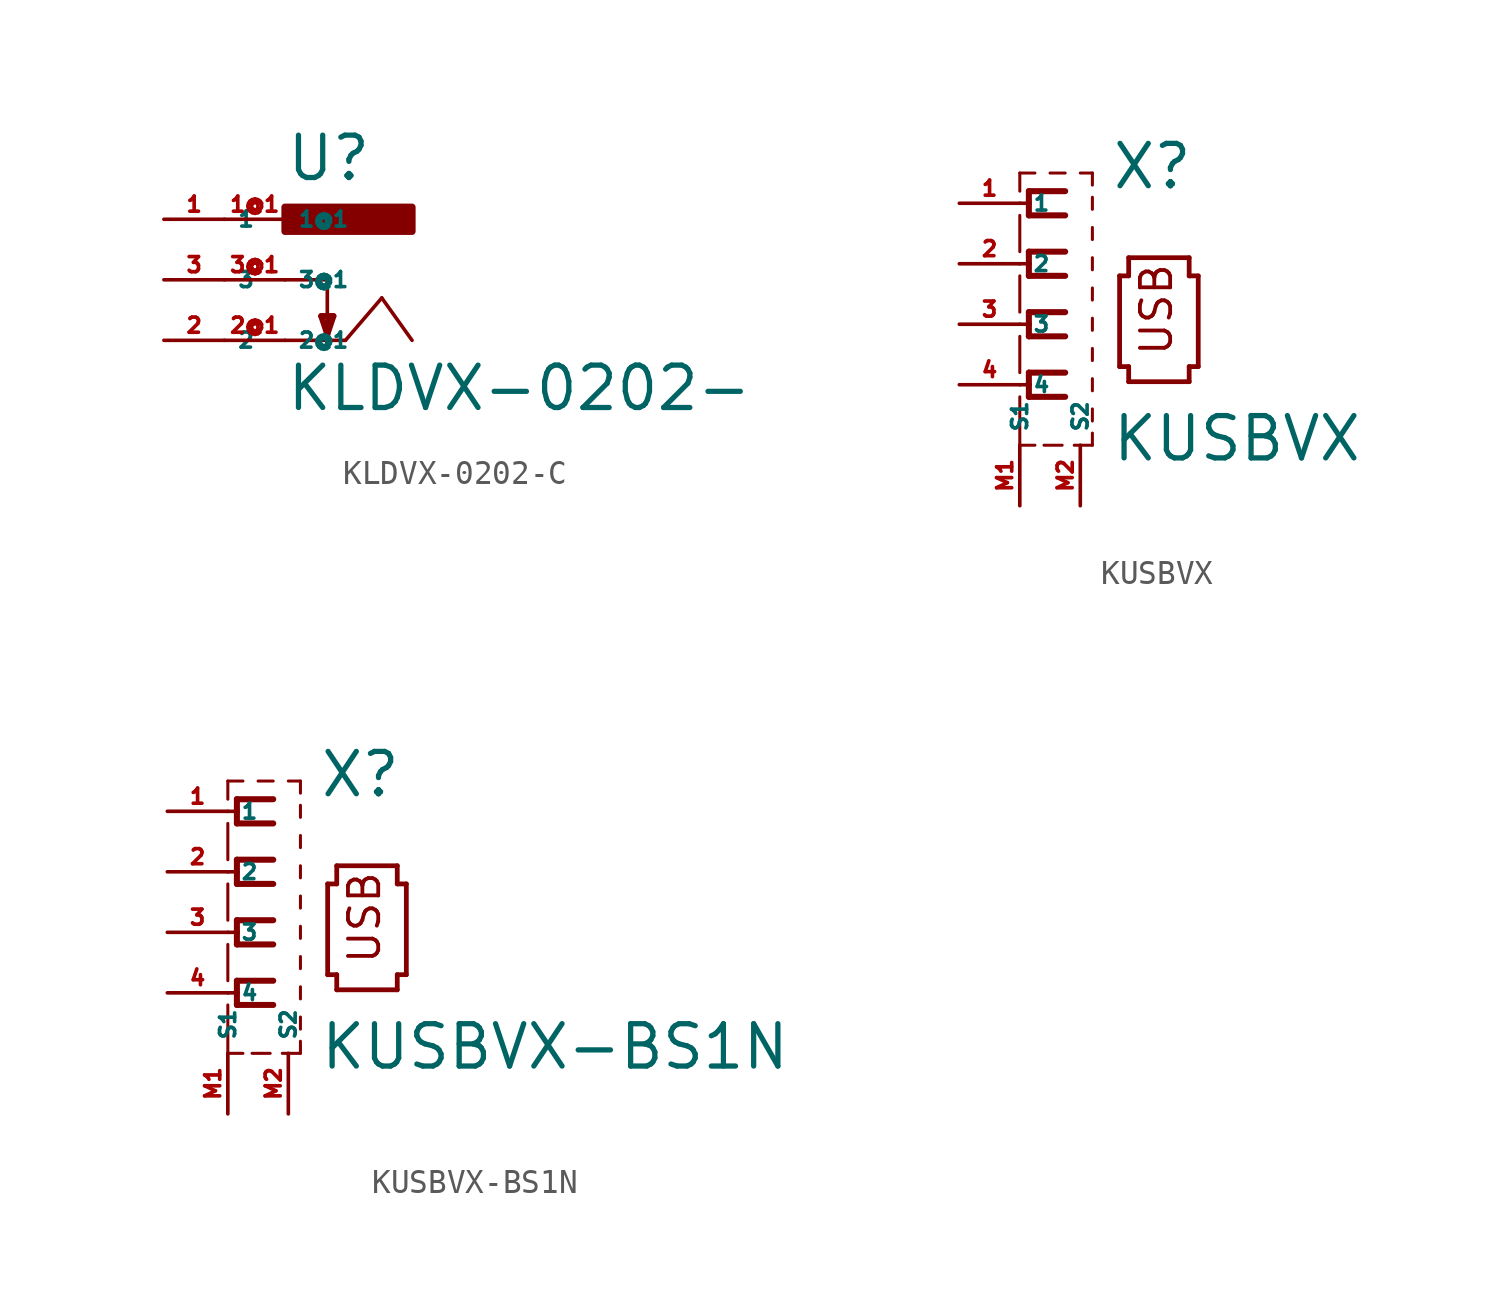
<source format=kicad_sym>
(kicad_symbol_lib
  (version 20220914)
  (generator Eagle2Kicad)
  (symbol "KLDVX-0202-C"
    (property "Reference" "U"
      (at -2.54 4.064 0)
      (effects (font (size 1.778 1.778) (thickness 0.22)) (justify left bottom)))
    (property "Value" "KLDVX-0202-"
      (at -2.54 -5.588 0)
      (effects (font (size 1.778 1.778) (thickness 0.22)) (justify left bottom)))
    (polyline
      (pts (xy -2.54 -2.54) (xy 0 -2.54))
      (stroke (width 0.152) (type default))
      (fill (type none)))
    (polyline
      (pts (xy 0 -2.54) (xy 1.524 -0.762))
      (stroke (width 0.152) (type default))
      (fill (type none)))
    (polyline
      (pts (xy 1.524 -0.762) (xy 2.794 -2.54))
      (stroke (width 0.152) (type default))
      (fill (type none)))
    (polyline
      (pts (xy -2.54 0) (xy -0.762 0))
      (stroke (width 0.152) (type default))
      (fill (type none)))
    (polyline
      (pts (xy -0.762 0) (xy -0.762 -2.286))
      (stroke (width 0.152) (type default))
      (fill (type none)))
    (polyline
      (pts (xy -0.762 -2.286) (xy -0.508 -1.524))
      (stroke (width 0.254) (type default))
      (fill (type none)))
    (polyline
      (pts (xy -0.508 -1.524) (xy -1.016 -1.524))
      (stroke (width 0.254) (type default))
      (fill (type none)))
    (polyline
      (pts (xy -1.016 -1.524) (xy -0.762 -2.286))
      (stroke (width 0.254) (type default))
      (fill (type none)))
    (rectangle
      (start -2.54 2.032)
      (end 2.794 3.048)
      (stroke (width 0.3) (type default))
      (fill (type outline)))
    (pin passive line
      (at -7.62 2.54 0)
      (length 2.54)
      (name "1" (effects (font (size 0.635 0.635) (thickness 0.08)) (justify left bottom)))
      (number "1" (effects (font (size 0.635 0.635) (thickness 0.08)) (justify left bottom))))
    (pin passive line
      (at -7.62 -2.54 0)
      (length 2.54)
      (name "2" (effects (font (size 0.635 0.635) (thickness 0.08)) (justify left bottom)))
      (number "2" (effects (font (size 0.635 0.635) (thickness 0.08)) (justify left bottom))))
    (pin passive line
      (at -7.62 0 0)
      (length 2.54)
      (name "3" (effects (font (size 0.635 0.635) (thickness 0.08)) (justify left bottom)))
      (number "3" (effects (font (size 0.635 0.635) (thickness 0.08)) (justify left bottom))))
    (pin passive line
      (at -5.08 2.54 0)
      (length 2.54)
      (name "1@1" (effects (font (size 0.635 0.635) (thickness 0.08)) (justify left bottom)))
      (number "1@1" (effects (font (size 0.635 0.635) (thickness 0.08)) (justify left bottom))))
    (pin passive line
      (at -5.08 0 0)
      (length 2.54)
      (name "3@1" (effects (font (size 0.635 0.635) (thickness 0.08)) (justify left bottom)))
      (number "3@1" (effects (font (size 0.635 0.635) (thickness 0.08)) (justify left bottom))))
    (pin passive line
      (at -5.08 -2.54 0)
      (length 2.54)
      (name "2@1" (effects (font (size 0.635 0.635) (thickness 0.08)) (justify left bottom)))
      (number "2@1" (effects (font (size 0.635 0.635) (thickness 0.08)) (justify left bottom)))))
  (symbol "KUSBVX"
    (property "Reference" "X"
      (at 1.27 5.588 0)
      (effects (font (size 1.778 1.778) (thickness 0.22)) (justify left bottom)))
    (property "Value" "KUSBVX"
      (at 1.27 -5.842 0)
      (effects (font (size 1.778 1.778) (thickness 0.22)) (justify left bottom)))
    (polyline
      (pts (xy -0.635 5.588) (xy -2.159 5.588))
      (stroke (width 0.254) (type default))
      (fill (type none)))
    (polyline
      (pts (xy -2.159 5.588) (xy -2.159 5.08))
      (stroke (width 0.254) (type default))
      (fill (type none)))
    (polyline
      (pts (xy -2.159 5.08) (xy -2.159 4.572))
      (stroke (width 0.254) (type default))
      (fill (type none)))
    (polyline
      (pts (xy -2.159 4.572) (xy -0.635 4.572))
      (stroke (width 0.254) (type default))
      (fill (type none)))
    (polyline
      (pts (xy -0.635 3.048) (xy -2.159 3.048))
      (stroke (width 0.254) (type default))
      (fill (type none)))
    (polyline
      (pts (xy -2.159 3.048) (xy -2.159 2.54))
      (stroke (width 0.254) (type default))
      (fill (type none)))
    (polyline
      (pts (xy -2.159 2.54) (xy -2.159 2.032))
      (stroke (width 0.254) (type default))
      (fill (type none)))
    (polyline
      (pts (xy -2.159 2.032) (xy -0.635 2.032))
      (stroke (width 0.254) (type default))
      (fill (type none)))
    (polyline
      (pts (xy -0.635 0.508) (xy -2.159 0.508))
      (stroke (width 0.254) (type default))
      (fill (type none)))
    (polyline
      (pts (xy -2.159 0.508) (xy -2.159 0))
      (stroke (width 0.254) (type default))
      (fill (type none)))
    (polyline
      (pts (xy -2.159 0) (xy -2.159 -0.508))
      (stroke (width 0.254) (type default))
      (fill (type none)))
    (polyline
      (pts (xy -2.159 -0.508) (xy -0.635 -0.508))
      (stroke (width 0.254) (type default))
      (fill (type none)))
    (polyline
      (pts (xy -0.635 -2.032) (xy -2.159 -2.032))
      (stroke (width 0.254) (type default))
      (fill (type none)))
    (polyline
      (pts (xy -2.159 -2.032) (xy -2.159 -2.54))
      (stroke (width 0.254) (type default))
      (fill (type none)))
    (polyline
      (pts (xy -2.159 -2.54) (xy -2.159 -3.048))
      (stroke (width 0.254) (type default))
      (fill (type none)))
    (polyline
      (pts (xy -2.159 -3.048) (xy -0.635 -3.048))
      (stroke (width 0.254) (type default))
      (fill (type none)))
    (polyline
      (pts (xy -2.54 -5.08) (xy -1.905 -5.08))
      (stroke (width 0.127) (type default))
      (fill (type none)))
    (polyline
      (pts (xy -1.524 -5.08) (xy -0.762 -5.08))
      (stroke (width 0.127) (type default))
      (fill (type none)))
    (polyline
      (pts (xy -0.254 -5.08) (xy 0.508 -5.08))
      (stroke (width 0.127) (type default))
      (fill (type none)))
    (polyline
      (pts (xy 0.508 -5.08) (xy 0.508 -4.572))
      (stroke (width 0.127) (type default))
      (fill (type none)))
    (polyline
      (pts (xy 0.508 4.826) (xy 0.508 5.334))
      (stroke (width 0.127) (type default))
      (fill (type none)))
    (polyline
      (pts (xy 0.508 5.842) (xy 0.508 6.35))
      (stroke (width 0.127) (type default))
      (fill (type none)))
    (polyline
      (pts (xy 0.508 6.35) (xy 0 6.35))
      (stroke (width 0.127) (type default))
      (fill (type none)))
    (polyline
      (pts (xy -0.635 6.35) (xy -1.27 6.35))
      (stroke (width 0.127) (type default))
      (fill (type none)))
    (polyline
      (pts (xy -1.905 6.35) (xy -2.54 6.35))
      (stroke (width 0.127) (type default))
      (fill (type none)))
    (polyline
      (pts (xy -2.54 6.35) (xy -2.54 5.588))
      (stroke (width 0.127) (type default))
      (fill (type none)))
    (polyline
      (pts (xy -2.54 4.572) (xy -2.54 3.048))
      (stroke (width 0.127) (type default))
      (fill (type none)))
    (polyline
      (pts (xy -2.54 2.032) (xy -2.54 0.508))
      (stroke (width 0.127) (type default))
      (fill (type none)))
    (polyline
      (pts (xy -2.54 -0.508) (xy -2.54 -2.032))
      (stroke (width 0.127) (type default))
      (fill (type none)))
    (polyline
      (pts (xy -2.54 -3.048) (xy -2.54 -5.08))
      (stroke (width 0.127) (type default))
      (fill (type none)))
    (polyline
      (pts (xy 2.032 -2.413) (xy 4.572 -2.413))
      (stroke (width 0.2) (type default))
      (fill (type none)))
    (polyline
      (pts (xy 4.572 -2.413) (xy 4.572 -1.778))
      (stroke (width 0.2) (type default))
      (fill (type none)))
    (polyline
      (pts (xy 4.572 -1.778) (xy 4.953 -1.778))
      (stroke (width 0.2) (type default))
      (fill (type none)))
    (polyline
      (pts (xy 4.953 -1.778) (xy 4.953 2.032))
      (stroke (width 0.2) (type default))
      (fill (type none)))
    (polyline
      (pts (xy 4.953 2.032) (xy 4.572 2.032))
      (stroke (width 0.2) (type default))
      (fill (type none)))
    (polyline
      (pts (xy 4.572 2.032) (xy 4.572 2.794))
      (stroke (width 0.2) (type default))
      (fill (type none)))
    (polyline
      (pts (xy 4.572 2.794) (xy 2.032 2.794))
      (stroke (width 0.2) (type default))
      (fill (type none)))
    (polyline
      (pts (xy 0.508 3.556) (xy 0.508 4.064))
      (stroke (width 0.127) (type default))
      (fill (type none)))
    (polyline
      (pts (xy 0.508 2.286) (xy 0.508 2.794))
      (stroke (width 0.127) (type default))
      (fill (type none)))
    (polyline
      (pts (xy 0.508 1.016) (xy 0.508 1.524))
      (stroke (width 0.127) (type default))
      (fill (type none)))
    (polyline
      (pts (xy 0.508 -0.254) (xy 0.508 0.254))
      (stroke (width 0.127) (type default))
      (fill (type none)))
    (polyline
      (pts (xy 0.508 -1.524) (xy 0.508 -1.016))
      (stroke (width 0.127) (type default))
      (fill (type none)))
    (polyline
      (pts (xy 0.508 -2.794) (xy 0.508 -2.286))
      (stroke (width 0.127) (type default))
      (fill (type none)))
    (polyline
      (pts (xy 0.508 -4.064) (xy 0.508 -3.556))
      (stroke (width 0.127) (type default))
      (fill (type none)))
    (polyline
      (pts (xy 2.032 2.794) (xy 2.032 2.032))
      (stroke (width 0.2) (type default))
      (fill (type none)))
    (polyline
      (pts (xy 2.032 2.032) (xy 1.651 2.032))
      (stroke (width 0.2) (type default))
      (fill (type none)))
    (polyline
      (pts (xy 1.651 2.032) (xy 1.651 -1.778))
      (stroke (width 0.2) (type default))
      (fill (type none)))
    (polyline
      (pts (xy 1.651 -1.778) (xy 2.032 -1.778))
      (stroke (width 0.2) (type default))
      (fill (type none)))
    (polyline
      (pts (xy 2.032 -1.778) (xy 2.032 -2.413))
      (stroke (width 0.2) (type default))
      (fill (type none)))
    (polyline
      (pts (xy -2.54 -2.54) (xy -2.159 -2.54))
      (stroke (width 0.152) (type default))
      (fill (type none)))
    (polyline
      (pts (xy -2.54 0) (xy -2.159 0))
      (stroke (width 0.152) (type default))
      (fill (type none)))
    (polyline
      (pts (xy -2.54 2.54) (xy -2.159 2.54))
      (stroke (width 0.152) (type default))
      (fill (type none)))
    (polyline
      (pts (xy -2.54 5.08) (xy -2.159 5.08))
      (stroke (width 0.152) (type default))
      (fill (type none)))
    (text "USB"
      (at 3.937 -1.397 900)
      (effects (font (size 1.27 1.27) (thickness 0.16)) (justify left bottom)))
    (pin passive line
      (at -5.08 5.08 0)
      (length 2.54)
      (name "1" (effects (font (size 0.635 0.635) (thickness 0.08)) (justify left bottom)))
      (number "1" (effects (font (size 0.635 0.635) (thickness 0.08)) (justify left bottom))))
    (pin passive line
      (at -5.08 2.54 0)
      (length 2.54)
      (name "2" (effects (font (size 0.635 0.635) (thickness 0.08)) (justify left bottom)))
      (number "2" (effects (font (size 0.635 0.635) (thickness 0.08)) (justify left bottom))))
    (pin passive line
      (at -5.08 0 0)
      (length 2.54)
      (name "3" (effects (font (size 0.635 0.635) (thickness 0.08)) (justify left bottom)))
      (number "3" (effects (font (size 0.635 0.635) (thickness 0.08)) (justify left bottom))))
    (pin passive line
      (at -5.08 -2.54 0)
      (length 2.54)
      (name "4" (effects (font (size 0.635 0.635) (thickness 0.08)) (justify left bottom)))
      (number "4" (effects (font (size 0.635 0.635) (thickness 0.08)) (justify left bottom))))
    (pin passive line
      (at 0 -7.62 90)
      (length 2.54)
      (name "S2" (effects (font (size 0.635 0.635) (thickness 0.08)) (justify left bottom)))
      (number "M2" (effects (font (size 0.635 0.635) (thickness 0.08)) (justify left bottom))))
    (pin passive line
      (at -2.54 -7.62 90)
      (length 2.54)
      (name "S1" (effects (font (size 0.635 0.635) (thickness 0.08)) (justify left bottom)))
      (number "M1" (effects (font (size 0.635 0.635) (thickness 0.08)) (justify left bottom)))))
  (symbol "KUSBVX-BS1N"
    (property "Reference" "X"
      (at 1.27 5.588 0)
      (effects (font (size 1.778 1.778) (thickness 0.22)) (justify left bottom)))
    (property "Value" "KUSBVX-BS1N"
      (at 1.27 -5.842 0)
      (effects (font (size 1.778 1.778) (thickness 0.22)) (justify left bottom)))
    (polyline
      (pts (xy -0.635 5.588) (xy -2.159 5.588))
      (stroke (width 0.254) (type default))
      (fill (type none)))
    (polyline
      (pts (xy -2.159 5.588) (xy -2.159 5.08))
      (stroke (width 0.254) (type default))
      (fill (type none)))
    (polyline
      (pts (xy -2.159 5.08) (xy -2.159 4.572))
      (stroke (width 0.254) (type default))
      (fill (type none)))
    (polyline
      (pts (xy -2.159 4.572) (xy -0.635 4.572))
      (stroke (width 0.254) (type default))
      (fill (type none)))
    (polyline
      (pts (xy -0.635 3.048) (xy -2.159 3.048))
      (stroke (width 0.254) (type default))
      (fill (type none)))
    (polyline
      (pts (xy -2.159 3.048) (xy -2.159 2.54))
      (stroke (width 0.254) (type default))
      (fill (type none)))
    (polyline
      (pts (xy -2.159 2.54) (xy -2.159 2.032))
      (stroke (width 0.254) (type default))
      (fill (type none)))
    (polyline
      (pts (xy -2.159 2.032) (xy -0.635 2.032))
      (stroke (width 0.254) (type default))
      (fill (type none)))
    (polyline
      (pts (xy -0.635 0.508) (xy -2.159 0.508))
      (stroke (width 0.254) (type default))
      (fill (type none)))
    (polyline
      (pts (xy -2.159 0.508) (xy -2.159 0))
      (stroke (width 0.254) (type default))
      (fill (type none)))
    (polyline
      (pts (xy -2.159 0) (xy -2.159 -0.508))
      (stroke (width 0.254) (type default))
      (fill (type none)))
    (polyline
      (pts (xy -2.159 -0.508) (xy -0.635 -0.508))
      (stroke (width 0.254) (type default))
      (fill (type none)))
    (polyline
      (pts (xy -0.635 -2.032) (xy -2.159 -2.032))
      (stroke (width 0.254) (type default))
      (fill (type none)))
    (polyline
      (pts (xy -2.159 -2.032) (xy -2.159 -2.54))
      (stroke (width 0.254) (type default))
      (fill (type none)))
    (polyline
      (pts (xy -2.159 -2.54) (xy -2.159 -3.048))
      (stroke (width 0.254) (type default))
      (fill (type none)))
    (polyline
      (pts (xy -2.159 -3.048) (xy -0.635 -3.048))
      (stroke (width 0.254) (type default))
      (fill (type none)))
    (polyline
      (pts (xy -2.54 -5.08) (xy -1.905 -5.08))
      (stroke (width 0.127) (type default))
      (fill (type none)))
    (polyline
      (pts (xy -1.524 -5.08) (xy -0.762 -5.08))
      (stroke (width 0.127) (type default))
      (fill (type none)))
    (polyline
      (pts (xy -0.254 -5.08) (xy 0.508 -5.08))
      (stroke (width 0.127) (type default))
      (fill (type none)))
    (polyline
      (pts (xy 0.508 -5.08) (xy 0.508 -4.572))
      (stroke (width 0.127) (type default))
      (fill (type none)))
    (polyline
      (pts (xy 0.508 4.826) (xy 0.508 5.334))
      (stroke (width 0.127) (type default))
      (fill (type none)))
    (polyline
      (pts (xy 0.508 5.842) (xy 0.508 6.35))
      (stroke (width 0.127) (type default))
      (fill (type none)))
    (polyline
      (pts (xy 0.508 6.35) (xy 0 6.35))
      (stroke (width 0.127) (type default))
      (fill (type none)))
    (polyline
      (pts (xy -0.635 6.35) (xy -1.27 6.35))
      (stroke (width 0.127) (type default))
      (fill (type none)))
    (polyline
      (pts (xy -1.905 6.35) (xy -2.54 6.35))
      (stroke (width 0.127) (type default))
      (fill (type none)))
    (polyline
      (pts (xy -2.54 6.35) (xy -2.54 5.588))
      (stroke (width 0.127) (type default))
      (fill (type none)))
    (polyline
      (pts (xy -2.54 4.572) (xy -2.54 3.048))
      (stroke (width 0.127) (type default))
      (fill (type none)))
    (polyline
      (pts (xy -2.54 2.032) (xy -2.54 0.508))
      (stroke (width 0.127) (type default))
      (fill (type none)))
    (polyline
      (pts (xy -2.54 -0.508) (xy -2.54 -2.032))
      (stroke (width 0.127) (type default))
      (fill (type none)))
    (polyline
      (pts (xy -2.54 -3.048) (xy -2.54 -5.08))
      (stroke (width 0.127) (type default))
      (fill (type none)))
    (polyline
      (pts (xy 2.032 -2.413) (xy 4.572 -2.413))
      (stroke (width 0.2) (type default))
      (fill (type none)))
    (polyline
      (pts (xy 4.572 -2.413) (xy 4.572 -1.778))
      (stroke (width 0.2) (type default))
      (fill (type none)))
    (polyline
      (pts (xy 4.572 -1.778) (xy 4.953 -1.778))
      (stroke (width 0.2) (type default))
      (fill (type none)))
    (polyline
      (pts (xy 4.953 -1.778) (xy 4.953 2.032))
      (stroke (width 0.2) (type default))
      (fill (type none)))
    (polyline
      (pts (xy 4.953 2.032) (xy 4.572 2.032))
      (stroke (width 0.2) (type default))
      (fill (type none)))
    (polyline
      (pts (xy 4.572 2.032) (xy 4.572 2.794))
      (stroke (width 0.2) (type default))
      (fill (type none)))
    (polyline
      (pts (xy 4.572 2.794) (xy 2.032 2.794))
      (stroke (width 0.2) (type default))
      (fill (type none)))
    (polyline
      (pts (xy 0.508 3.556) (xy 0.508 4.064))
      (stroke (width 0.127) (type default))
      (fill (type none)))
    (polyline
      (pts (xy 0.508 2.286) (xy 0.508 2.794))
      (stroke (width 0.127) (type default))
      (fill (type none)))
    (polyline
      (pts (xy 0.508 1.016) (xy 0.508 1.524))
      (stroke (width 0.127) (type default))
      (fill (type none)))
    (polyline
      (pts (xy 0.508 -0.254) (xy 0.508 0.254))
      (stroke (width 0.127) (type default))
      (fill (type none)))
    (polyline
      (pts (xy 0.508 -1.524) (xy 0.508 -1.016))
      (stroke (width 0.127) (type default))
      (fill (type none)))
    (polyline
      (pts (xy 0.508 -2.794) (xy 0.508 -2.286))
      (stroke (width 0.127) (type default))
      (fill (type none)))
    (polyline
      (pts (xy 0.508 -4.064) (xy 0.508 -3.556))
      (stroke (width 0.127) (type default))
      (fill (type none)))
    (polyline
      (pts (xy 2.032 2.794) (xy 2.032 2.032))
      (stroke (width 0.2) (type default))
      (fill (type none)))
    (polyline
      (pts (xy 2.032 2.032) (xy 1.651 2.032))
      (stroke (width 0.2) (type default))
      (fill (type none)))
    (polyline
      (pts (xy 1.651 2.032) (xy 1.651 -1.778))
      (stroke (width 0.2) (type default))
      (fill (type none)))
    (polyline
      (pts (xy 1.651 -1.778) (xy 2.032 -1.778))
      (stroke (width 0.2) (type default))
      (fill (type none)))
    (polyline
      (pts (xy 2.032 -1.778) (xy 2.032 -2.413))
      (stroke (width 0.2) (type default))
      (fill (type none)))
    (polyline
      (pts (xy -2.54 -2.54) (xy -2.159 -2.54))
      (stroke (width 0.152) (type default))
      (fill (type none)))
    (polyline
      (pts (xy -2.54 0) (xy -2.159 0))
      (stroke (width 0.152) (type default))
      (fill (type none)))
    (polyline
      (pts (xy -2.54 2.54) (xy -2.159 2.54))
      (stroke (width 0.152) (type default))
      (fill (type none)))
    (polyline
      (pts (xy -2.54 5.08) (xy -2.159 5.08))
      (stroke (width 0.152) (type default))
      (fill (type none)))
    (text "USB"
      (at 3.937 -1.397 900)
      (effects (font (size 1.27 1.27) (thickness 0.16)) (justify left bottom)))
    (pin passive line
      (at -5.08 5.08 0)
      (length 2.54)
      (name "1" (effects (font (size 0.635 0.635) (thickness 0.08)) (justify left bottom)))
      (number "1" (effects (font (size 0.635 0.635) (thickness 0.08)) (justify left bottom))))
    (pin passive line
      (at -5.08 2.54 0)
      (length 2.54)
      (name "2" (effects (font (size 0.635 0.635) (thickness 0.08)) (justify left bottom)))
      (number "2" (effects (font (size 0.635 0.635) (thickness 0.08)) (justify left bottom))))
    (pin passive line
      (at -5.08 0 0)
      (length 2.54)
      (name "3" (effects (font (size 0.635 0.635) (thickness 0.08)) (justify left bottom)))
      (number "3" (effects (font (size 0.635 0.635) (thickness 0.08)) (justify left bottom))))
    (pin passive line
      (at -5.08 -2.54 0)
      (length 2.54)
      (name "4" (effects (font (size 0.635 0.635) (thickness 0.08)) (justify left bottom)))
      (number "4" (effects (font (size 0.635 0.635) (thickness 0.08)) (justify left bottom))))
    (pin passive line
      (at 0 -7.62 90)
      (length 2.54)
      (name "S2" (effects (font (size 0.635 0.635) (thickness 0.08)) (justify left bottom)))
      (number "M2" (effects (font (size 0.635 0.635) (thickness 0.08)) (justify left bottom))))
    (pin passive line
      (at -2.54 -7.62 90)
      (length 2.54)
      (name "S1" (effects (font (size 0.635 0.635) (thickness 0.08)) (justify left bottom)))
      (number "M1" (effects (font (size 0.635 0.635) (thickness 0.08)) (justify left bottom))))))
</source>
